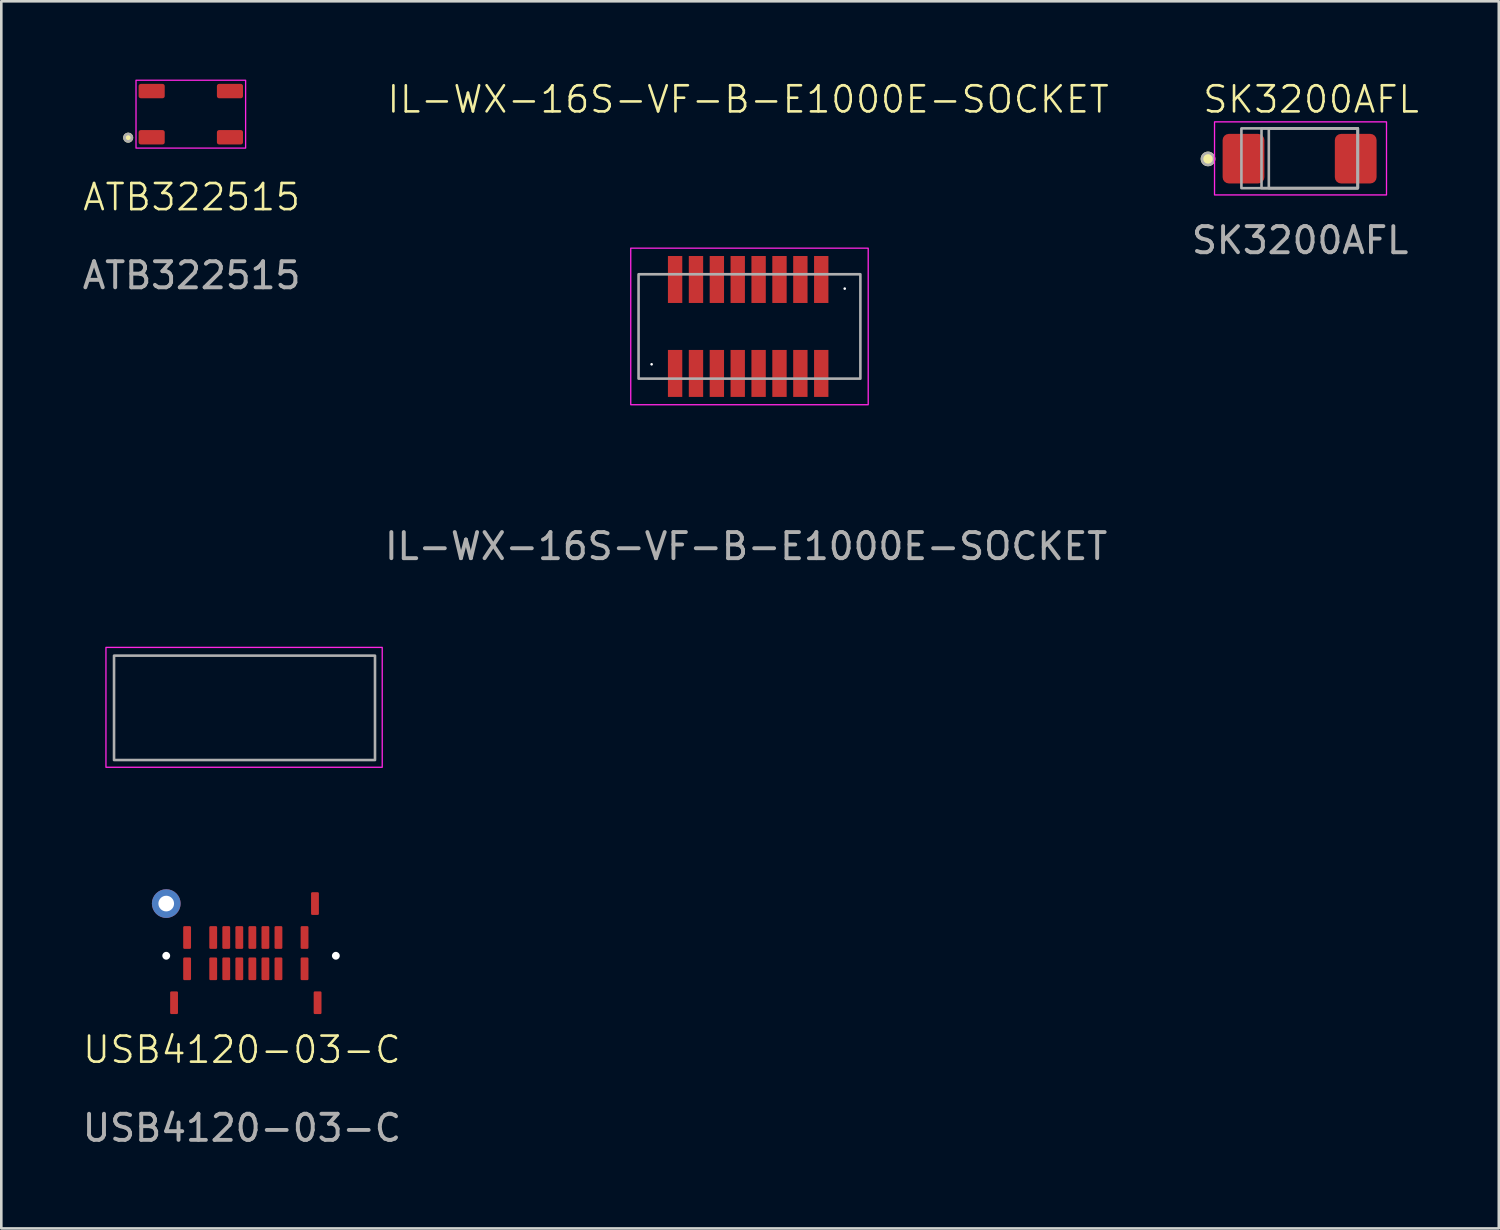
<source format=kicad_pcb>
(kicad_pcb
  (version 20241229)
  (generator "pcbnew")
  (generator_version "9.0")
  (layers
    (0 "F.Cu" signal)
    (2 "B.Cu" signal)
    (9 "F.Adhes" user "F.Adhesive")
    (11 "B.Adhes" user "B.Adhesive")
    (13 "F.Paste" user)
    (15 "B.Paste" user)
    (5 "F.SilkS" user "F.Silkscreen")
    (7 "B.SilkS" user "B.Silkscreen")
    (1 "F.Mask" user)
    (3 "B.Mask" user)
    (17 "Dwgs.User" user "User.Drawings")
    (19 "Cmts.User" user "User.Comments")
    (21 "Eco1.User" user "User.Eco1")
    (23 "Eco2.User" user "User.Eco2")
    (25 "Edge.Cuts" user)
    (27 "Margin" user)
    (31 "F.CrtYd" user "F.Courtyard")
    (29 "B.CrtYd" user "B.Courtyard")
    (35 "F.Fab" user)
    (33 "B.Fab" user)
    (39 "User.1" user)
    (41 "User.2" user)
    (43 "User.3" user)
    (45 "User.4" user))
  (footprint "USB4120-03-C"
    (layer "F.Cu")
    (at 6.32 33.575)
    (property "Reference" "USB4120-03-C" (at -0.1 3.6 0) (unlocked yes) (layer "F.SilkS") (effects (font (size 1 1) (thickness 0.1))))
    (fp_rect (start -5.31 -11.817) (end 5.277 -7.223) (stroke (width 0.05) (type default)) (fill no) (layer "F.CrtYd"))
    (fp_rect (start -5 -11.5) (end 5 -7.5) (stroke (width 0.1) (type default)) (fill no) (layer "F.Fab"))
    (fp_text user "${REFERENCE}" (at -0.1 6.6 0) (unlocked yes) (layer "F.Fab") (effects (font (size 1 1) (thickness 0.15))))
    (pad "" np_thru_hole circle (at -3 0) (size 0.3 0.3) (drill 0.72) (layers "F.Cu" "F.Mask"))
    (pad "" np_thru_hole circle (at 3.5 0) (size 0.3 0.3) (drill 0.72) (layers "F.Cu" "F.Mask"))
    (pad "A1" smd roundrect (at -2.2 -0.7) (size 0.3 0.87) (layers "F.Cu" "F.Mask") (roundrect_rratio 0.15))
    (pad "A4" smd roundrect (at -1.2 -0.7) (size 0.3 0.87) (layers "F.Cu" "F.Mask") (roundrect_rratio 0.15))
    (pad "A5" smd roundrect (at -0.7 -0.7) (size 0.3 0.87) (layers "F.Cu" "F.Mask") (roundrect_rratio 0.15))
    (pad "A6" smd roundrect (at -0.2 -0.7) (size 0.3 0.87) (layers "F.Cu" "F.Mask") (roundrect_rratio 0.15))
    (pad "A7" smd roundrect (at 0.3 -0.7) (size 0.3 0.87) (layers "F.Cu" "F.Mask") (roundrect_rratio 0.15))
    (pad "A8" smd roundrect (at 0.8 -0.7) (size 0.3 0.87) (layers "F.Cu" "F.Mask") (roundrect_rratio 0.15))
    (pad "A9" smd roundrect (at 1.3 -0.7) (size 0.3 0.87) (layers "F.Cu" "F.Mask") (roundrect_rratio 0.15))
    (pad "A12" smd roundrect (at 2.3 -0.7) (size 0.3 0.87) (layers "F.Cu" "F.Mask") (roundrect_rratio 0.15))
    (pad "A15" smd roundrect (at 2.7 -2) (size 0.3 0.87) (layers "F.Cu" "F.Mask") (roundrect_rratio 0.15))
    (pad "A16" smd roundrect (at -2.7 1.8) (size 0.3 0.87) (layers "F.Cu" "F.Mask") (roundrect_rratio 0.15))
    (pad "A17" smd roundrect (at 2.8 1.8) (size 0.3 0.87) (layers "F.Cu" "F.Mask") (roundrect_rratio 0.15))
    (pad "B1" smd roundrect (at 2.3 0.5) (size 0.3 0.87) (layers "F.Cu" "F.Mask") (roundrect_rratio 0.15))
    (pad "B4" smd roundrect (at 1.3 0.5) (size 0.3 0.87) (layers "F.Cu" "F.Mask") (roundrect_rratio 0.15))
    (pad "B5" smd roundrect (at 0.8 0.5) (size 0.3 0.87) (layers "F.Cu" "F.Mask") (roundrect_rratio 0.15))
    (pad "B6" smd roundrect (at 0.3 0.5) (size 0.3 0.87) (layers "F.Cu" "F.Mask") (roundrect_rratio 0.15))
    (pad "B7" smd roundrect (at -0.2 0.5) (size 0.3 0.87) (layers "F.Cu" "F.Mask") (roundrect_rratio 0.15))
    (pad "B8" smd roundrect (at -0.7 0.5) (size 0.3 0.87) (layers "F.Cu" "F.Mask") (roundrect_rratio 0.15))
    (pad "B9" smd roundrect (at -1.2 0.5) (size 0.3 0.87) (layers "F.Cu" "F.Mask") (roundrect_rratio 0.15))
    (pad "B12" smd roundrect (at -2.2 0.5) (size 0.3 0.87) (layers "F.Cu" "F.Mask") (roundrect_rratio 0.15))
    (pad "SHIELD" thru_hole circle (at -3 -2) (size 1.1 1.1) (drill 0.6) (layers "*.Cu" "F.Mask")))
  (footprint "ATB322515"
    (layer "F.Cu")
    (at 4.262 1.325)
    (property "Reference" "ATB322515" (at 0.03 3.18 0) (unlocked yes) (layer "F.SilkS") (effects (font (size 1 1) (thickness 0.1))))
    (fp_circle (center -2.4 0.9) (end -2.3 1) (stroke (width 0.1) (type default)) (fill yes) (layer "F.SilkS"))
    (fp_rect (start -2.1 -1.3) (end 2.1 1.3) (stroke (width 0.05) (type default)) (fill no) (layer "F.CrtYd"))
    (fp_circle (center -2.4 0.9) (end -2.3 1) (stroke (width 0.1) (type default)) (fill no) (layer "F.Fab"))
    (fp_text user "${REFERENCE}" (at 0.03 6.18 0) (unlocked yes) (layer "F.Fab") (effects (font (size 1 1) (thickness 0.15))))
    (pad "1" smd roundrect (at -1.5 0.885 180) (size 1 0.55) (layers "F.Cu" "F.Mask") (roundrect_rratio 0.15))
    (pad "2" smd roundrect (at -1.5 -0.885 180) (size 1 0.55) (layers "F.Cu" "F.Mask") (roundrect_rratio 0.15))
    (pad "3" smd roundrect (at 1.5 -0.885 180) (size 1 0.55) (layers "F.Cu" "F.Mask") (roundrect_rratio 0.15))
    (pad "4" smd roundrect (at 1.5 0.885 180) (size 1 0.55) (layers "F.Cu" "F.Mask") (roundrect_rratio 0.15)))
  (footprint "SK3200AFL"
    (layer "F.Cu")
    (at 46.751 3.03)
    (property "Reference" "SK3200AFL" (at 0.44 -2.27 0) (unlocked yes) (layer "F.SilkS") (effects (font (size 1 1) (thickness 0.1))))
    (fp_circle (center -3.51 0.01) (end -3.5 0.24) (stroke (width 0.1) (type default)) (fill yes) (layer "F.SilkS"))
    (fp_rect (start -3.26 -1.41) (end 3.33 1.39) (stroke (width 0.05) (type default)) (fill no) (layer "F.CrtYd"))
    (fp_rect (start -2.23 -1.16) (end 2.23 1.13) (stroke (width 0.1) (type default)) (fill no) (layer "F.Fab"))
    (fp_rect (start -1.46 -1.16) (end 2.23 1.13) (stroke (width 0.1) (type default)) (fill no) (layer "F.Fab"))
    (fp_rect (start -1.18 -1.16) (end 2.23 1.13) (stroke (width 0.1) (type default)) (fill no) (layer "F.Fab"))
    (fp_circle (center -3.51 0.01) (end -3.38 0.2) (stroke (width 0.1) (type default)) (fill no) (layer "F.Fab"))
    (fp_text user "${REFERENCE}" (at 0.02 3.13 0) (unlocked yes) (layer "F.Fab") (effects (font (size 1 1) (thickness 0.15))))
    (pad "1" smd roundrect (at -2.15 0) (size 1.6 1.9) (layers "F.Cu" "F.Mask") (roundrect_rratio 0.15))
    (pad "2" smd roundrect (at 2.15 0) (size 1.6 1.9) (layers "F.Cu" "F.Mask") (roundrect_rratio 0.15)))
  (footprint "IL-WX-16S-VF-B-E1000E-SOCKET"
    (layer "F.Cu")
    (at 25.62 9.46)
    (property "Reference" "IL-WX-16S-VF-B-E1000E-SOCKET" (at 0 -8.7 0) (unlocked yes) (layer "F.SilkS") (effects (font (size 1 1) (thickness 0.1))))
    (fp_rect (start -4.5 -3) (end 4.6 3) (stroke (width 0.05) (type default)) (fill no) (layer "F.CrtYd"))
    (fp_rect (start -4.2 -2) (end 4.3 2) (stroke (width 0.1) (type default)) (fill no) (layer "F.Fab"))
    (fp_text user "${REFERENCE}" (at -0.078 8.424 0) (unlocked yes) (layer "F.Fab") (effects (font (size 1 1) (thickness 0.15))))
    (pad "" np_thru_hole circle (at -3.7 1.45) (size 0.1 0.1) (drill 0.8) (layers "*.Cu" "*.Mask"))
    (pad "" np_thru_hole circle (at 3.7 -1.45) (size 0.1 0.1) (drill 0.8) (layers "*.Cu" "*.Mask"))
    (pad "1" smd rect (at -2.8 -1.8) (size 0.55 1.8) (layers "F.Cu" "F.Mask" "F.Paste"))
    (pad "2" smd rect (at -2 -1.8) (size 0.55 1.8) (layers "F.Cu" "F.Mask" "F.Paste"))
    (pad "3" smd rect (at -1.2 -1.8) (size 0.55 1.8) (layers "F.Cu" "F.Mask" "F.Paste"))
    (pad "4" smd rect (at -0.4 -1.8) (size 0.55 1.8) (layers "F.Cu" "F.Mask" "F.Paste"))
    (pad "5" smd rect (at 0.4 -1.8) (size 0.55 1.8) (layers "F.Cu" "F.Mask" "F.Paste"))
    (pad "6" smd rect (at 1.2 -1.8) (size 0.55 1.8) (layers "F.Cu" "F.Mask" "F.Paste"))
    (pad "7" smd rect (at 2 -1.8) (size 0.55 1.8) (layers "F.Cu" "F.Mask" "F.Paste"))
    (pad "8" smd rect (at 2.8 -1.8) (size 0.55 1.8) (layers "F.Cu" "F.Mask" "F.Paste"))
    (pad "9" smd rect (at 2.8 1.8) (size 0.55 1.8) (layers "F.Cu" "F.Mask" "F.Paste"))
    (pad "10" smd rect (at 2 1.8) (size 0.55 1.8) (layers "F.Cu" "F.Mask" "F.Paste"))
    (pad "11" smd rect (at 1.2 1.8) (size 0.55 1.8) (layers "F.Cu" "F.Mask" "F.Paste"))
    (pad "12" smd rect (at 0.4 1.8) (size 0.55 1.8) (layers "F.Cu" "F.Mask" "F.Paste"))
    (pad "13" smd rect (at -0.4 1.8) (size 0.55 1.8) (layers "F.Cu" "F.Mask" "F.Paste"))
    (pad "14" smd rect (at -1.2 1.8) (size 0.55 1.8) (layers "F.Cu" "F.Mask" "F.Paste"))
    (pad "15" smd rect (at -2 1.8) (size 0.55 1.8) (layers "F.Cu" "F.Mask" "F.Paste"))
    (pad "16" smd custom (at -2.8 1.8) (size 0.55 1.8) (layers "F.Cu" "F.Mask" "F.Paste") (options (anchor rect)) (primitives)))
  (gr_rect
    (start -3 -3)
    (end 54.384 44.023)
    (stroke (width 0.1) (type default))
    (fill no)
    (layer "Edge.Cuts")))
</source>
